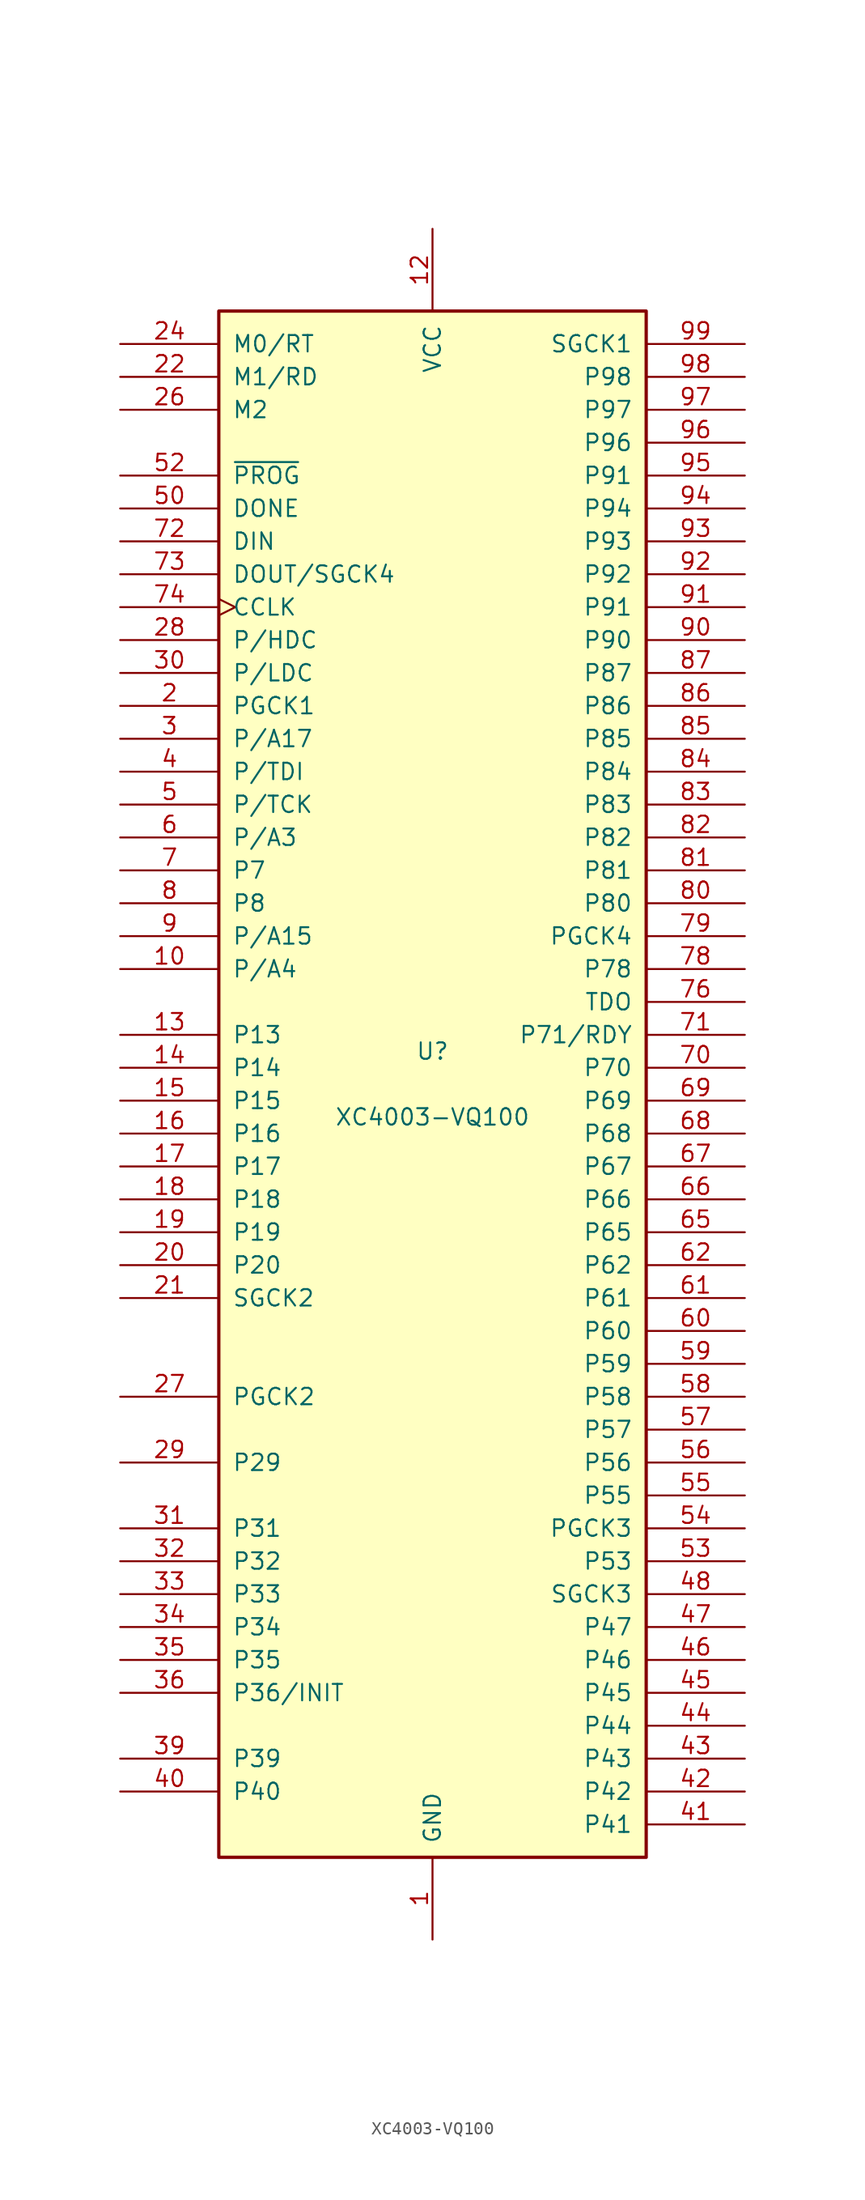
<source format=kicad_sym>
(kicad_symbol_lib
  (version 20231120)
  (generator "kicad_symbol_editor")
  (generator_version "8.0")
  (symbol "XC4003-VQ100"
    (pin_names
      (offset 1.016))
    (property "Reference" "U"
      (at 0 2.54 0)
      (effects (font (size 1.27 1.27))))
    (property "Value" "XC4003-VQ100"
      (at 0 -2.54 0)
      (effects (font (size 1.27 1.27))))
    (symbol "XC4003-VQ100_0_1"
      (rectangle (start -16.51 -59.69) (end 16.51 59.69) (stroke (width 0.254) (type default)) (fill (type background))))
    (symbol "XC4003-VQ100_1_1"
      (pin power_in line (at 0 -66.04 90) (length 6.35) (name "GND" (effects (font (size 1.27 1.27)))) (number "1" (effects (font (size 1.27 1.27)))))
      (pin passive line (at -24.13 8.89 0) (length 7.62) (name "P/A4" (effects (font (size 1.27 1.27)))) (number "10" (effects (font (size 1.27 1.27)))))
      (pin passive line (at 0 66.04 270) (length 6.35) hide (name "VCC" (effects (font (size 1.27 1.27)))) (number "100" (effects (font (size 1.27 1.27)))))
      (pin passive line (at 0 -66.04 90) (length 6.35) hide (name "GND" (effects (font (size 1.27 1.27)))) (number "11" (effects (font (size 1.27 1.27)))))
      (pin power_in line (at 0 66.04 270) (length 6.35) (name "VCC" (effects (font (size 1.27 1.27)))) (number "12" (effects (font (size 1.27 1.27)))))
      (pin bidirectional line (at -24.13 3.81 0) (length 7.62) (name "P13" (effects (font (size 1.27 1.27)))) (number "13" (effects (font (size 1.27 1.27)))))
      (pin passive line (at -24.13 1.27 0) (length 7.62) (name "P14" (effects (font (size 1.27 1.27)))) (number "14" (effects (font (size 1.27 1.27)))))
      (pin passive line (at -24.13 -1.27 0) (length 7.62) (name "P15" (effects (font (size 1.27 1.27)))) (number "15" (effects (font (size 1.27 1.27)))))
      (pin passive line (at -24.13 -3.81 0) (length 7.62) (name "P16" (effects (font (size 1.27 1.27)))) (number "16" (effects (font (size 1.27 1.27)))))
      (pin passive line (at -24.13 -6.35 0) (length 7.62) (name "P17" (effects (font (size 1.27 1.27)))) (number "17" (effects (font (size 1.27 1.27)))))
      (pin passive line (at -24.13 -8.89 0) (length 7.62) (name "P18" (effects (font (size 1.27 1.27)))) (number "18" (effects (font (size 1.27 1.27)))))
      (pin passive line (at -24.13 -11.43 0) (length 7.62) (name "P19" (effects (font (size 1.27 1.27)))) (number "19" (effects (font (size 1.27 1.27)))))
      (pin passive line (at -24.13 29.21 0) (length 7.62) (name "PGCK1" (effects (font (size 1.27 1.27)))) (number "2" (effects (font (size 1.27 1.27)))))
      (pin passive line (at -24.13 -13.97 0) (length 7.62) (name "P20" (effects (font (size 1.27 1.27)))) (number "20" (effects (font (size 1.27 1.27)))))
      (pin passive line (at -24.13 -16.51 0) (length 7.62) (name "SGCK2" (effects (font (size 1.27 1.27)))) (number "21" (effects (font (size 1.27 1.27)))))
      (pin input line (at -24.13 54.61 0) (length 7.62) (name "M1/RD" (effects (font (size 1.27 1.27)))) (number "22" (effects (font (size 1.27 1.27)))))
      (pin passive line (at 0 -66.04 90) (length 6.35) hide (name "GND" (effects (font (size 1.27 1.27)))) (number "23" (effects (font (size 1.27 1.27)))))
      (pin input line (at -24.13 57.15 0) (length 7.62) (name "M0/RT" (effects (font (size 1.27 1.27)))) (number "24" (effects (font (size 1.27 1.27)))))
      (pin passive line (at 0 66.04 270) (length 6.35) hide (name "VCC" (effects (font (size 1.27 1.27)))) (number "25" (effects (font (size 1.27 1.27)))))
      (pin passive line (at -24.13 52.07 0) (length 7.62) (name "M2" (effects (font (size 1.27 1.27)))) (number "26" (effects (font (size 1.27 1.27)))))
      (pin passive line (at -24.13 -24.13 0) (length 7.62) (name "PGCK2" (effects (font (size 1.27 1.27)))) (number "27" (effects (font (size 1.27 1.27)))))
      (pin passive line (at -24.13 34.29 0) (length 7.62) (name "P/HDC" (effects (font (size 1.27 1.27)))) (number "28" (effects (font (size 1.27 1.27)))))
      (pin passive line (at -24.13 -29.21 0) (length 7.62) (name "P29" (effects (font (size 1.27 1.27)))) (number "29" (effects (font (size 1.27 1.27)))))
      (pin passive line (at -24.13 26.67 0) (length 7.62) (name "P/A17" (effects (font (size 1.27 1.27)))) (number "3" (effects (font (size 1.27 1.27)))))
      (pin passive line (at -24.13 31.75 0) (length 7.62) (name "P/LDC" (effects (font (size 1.27 1.27)))) (number "30" (effects (font (size 1.27 1.27)))))
      (pin passive line (at -24.13 -34.29 0) (length 7.62) (name "P31" (effects (font (size 1.27 1.27)))) (number "31" (effects (font (size 1.27 1.27)))))
      (pin passive line (at -24.13 -36.83 0) (length 7.62) (name "P32" (effects (font (size 1.27 1.27)))) (number "32" (effects (font (size 1.27 1.27)))))
      (pin passive line (at -24.13 -39.37 0) (length 7.62) (name "P33" (effects (font (size 1.27 1.27)))) (number "33" (effects (font (size 1.27 1.27)))))
      (pin passive line (at -24.13 -41.91 0) (length 7.62) (name "P34" (effects (font (size 1.27 1.27)))) (number "34" (effects (font (size 1.27 1.27)))))
      (pin passive line (at -24.13 -44.45 0) (length 7.62) (name "P35" (effects (font (size 1.27 1.27)))) (number "35" (effects (font (size 1.27 1.27)))))
      (pin passive line (at -24.13 -46.99 0) (length 7.62) (name "P36/INIT" (effects (font (size 1.27 1.27)))) (number "36" (effects (font (size 1.27 1.27)))))
      (pin passive line (at 0 66.04 270) (length 6.35) hide (name "VCC" (effects (font (size 1.27 1.27)))) (number "37" (effects (font (size 1.27 1.27)))))
      (pin passive line (at 0 -66.04 90) (length 6.35) hide (name "GND" (effects (font (size 1.27 1.27)))) (number "38" (effects (font (size 1.27 1.27)))))
      (pin passive line (at -24.13 -52.07 0) (length 7.62) (name "P39" (effects (font (size 1.27 1.27)))) (number "39" (effects (font (size 1.27 1.27)))))
      (pin passive line (at -24.13 24.13 0) (length 7.62) (name "P/TDI" (effects (font (size 1.27 1.27)))) (number "4" (effects (font (size 1.27 1.27)))))
      (pin passive line (at -24.13 -54.61 0) (length 7.62) (name "P40" (effects (font (size 1.27 1.27)))) (number "40" (effects (font (size 1.27 1.27)))))
      (pin passive line (at 24.13 -57.15 180) (length 7.62) (name "P41" (effects (font (size 1.27 1.27)))) (number "41" (effects (font (size 1.27 1.27)))))
      (pin passive line (at 24.13 -54.61 180) (length 7.62) (name "P42" (effects (font (size 1.27 1.27)))) (number "42" (effects (font (size 1.27 1.27)))))
      (pin passive line (at 24.13 -52.07 180) (length 7.62) (name "P43" (effects (font (size 1.27 1.27)))) (number "43" (effects (font (size 1.27 1.27)))))
      (pin passive line (at 24.13 -49.53 180) (length 7.62) (name "P44" (effects (font (size 1.27 1.27)))) (number "44" (effects (font (size 1.27 1.27)))))
      (pin passive line (at 24.13 -46.99 180) (length 7.62) (name "P45" (effects (font (size 1.27 1.27)))) (number "45" (effects (font (size 1.27 1.27)))))
      (pin passive line (at 24.13 -44.45 180) (length 7.62) (name "P46" (effects (font (size 1.27 1.27)))) (number "46" (effects (font (size 1.27 1.27)))))
      (pin passive line (at 24.13 -41.91 180) (length 7.62) (name "P47" (effects (font (size 1.27 1.27)))) (number "47" (effects (font (size 1.27 1.27)))))
      (pin passive line (at 24.13 -39.37 180) (length 7.62) (name "SGCK3" (effects (font (size 1.27 1.27)))) (number "48" (effects (font (size 1.27 1.27)))))
      (pin passive line (at 0 -66.04 90) (length 6.35) hide (name "GND" (effects (font (size 1.27 1.27)))) (number "49" (effects (font (size 1.27 1.27)))))
      (pin passive line (at -24.13 21.59 0) (length 7.62) (name "P/TCK" (effects (font (size 1.27 1.27)))) (number "5" (effects (font (size 1.27 1.27)))))
      (pin open_collector line (at -24.13 44.45 0) (length 7.62) (name "DONE" (effects (font (size 1.27 1.27)))) (number "50" (effects (font (size 1.27 1.27)))))
      (pin passive line (at 0 66.04 270) (length 6.35) hide (name "VCC" (effects (font (size 1.27 1.27)))) (number "51" (effects (font (size 1.27 1.27)))))
      (pin input line (at -24.13 46.99 0) (length 7.62) (name "~{PROG}" (effects (font (size 1.27 1.27)))) (number "52" (effects (font (size 1.27 1.27)))))
      (pin bidirectional line (at 24.13 -36.83 180) (length 7.62) (name "P53" (effects (font (size 1.27 1.27)))) (number "53" (effects (font (size 1.27 1.27)))))
      (pin bidirectional line (at 24.13 -34.29 180) (length 7.62) (name "PGCK3" (effects (font (size 1.27 1.27)))) (number "54" (effects (font (size 1.27 1.27)))))
      (pin passive line (at 24.13 -31.75 180) (length 7.62) (name "P55" (effects (font (size 1.27 1.27)))) (number "55" (effects (font (size 1.27 1.27)))))
      (pin bidirectional line (at 24.13 -29.21 180) (length 7.62) (name "P56" (effects (font (size 1.27 1.27)))) (number "56" (effects (font (size 1.27 1.27)))))
      (pin passive line (at 24.13 -26.67 180) (length 7.62) (name "P57" (effects (font (size 1.27 1.27)))) (number "57" (effects (font (size 1.27 1.27)))))
      (pin passive line (at 24.13 -24.13 180) (length 7.62) (name "P58" (effects (font (size 1.27 1.27)))) (number "58" (effects (font (size 1.27 1.27)))))
      (pin passive line (at 24.13 -21.59 180) (length 7.62) (name "P59" (effects (font (size 1.27 1.27)))) (number "59" (effects (font (size 1.27 1.27)))))
      (pin passive line (at -24.13 19.05 0) (length 7.62) (name "P/A3" (effects (font (size 1.27 1.27)))) (number "6" (effects (font (size 1.27 1.27)))))
      (pin passive line (at 24.13 -19.05 180) (length 7.62) (name "P60" (effects (font (size 1.27 1.27)))) (number "60" (effects (font (size 1.27 1.27)))))
      (pin passive line (at 24.13 -16.51 180) (length 7.62) (name "P61" (effects (font (size 1.27 1.27)))) (number "61" (effects (font (size 1.27 1.27)))))
      (pin passive line (at 24.13 -13.97 180) (length 7.62) (name "P62" (effects (font (size 1.27 1.27)))) (number "62" (effects (font (size 1.27 1.27)))))
      (pin passive line (at 0 66.04 270) (length 6.35) hide (name "VCC" (effects (font (size 1.27 1.27)))) (number "63" (effects (font (size 1.27 1.27)))))
      (pin passive line (at 0 -66.04 90) (length 6.35) hide (name "GND" (effects (font (size 1.27 1.27)))) (number "64" (effects (font (size 1.27 1.27)))))
      (pin passive line (at 24.13 -11.43 180) (length 7.62) (name "P65" (effects (font (size 1.27 1.27)))) (number "65" (effects (font (size 1.27 1.27)))))
      (pin passive line (at 24.13 -8.89 180) (length 7.62) (name "P66" (effects (font (size 1.27 1.27)))) (number "66" (effects (font (size 1.27 1.27)))))
      (pin passive line (at 24.13 -6.35 180) (length 7.62) (name "P67" (effects (font (size 1.27 1.27)))) (number "67" (effects (font (size 1.27 1.27)))))
      (pin passive line (at 24.13 -3.81 180) (length 7.62) (name "P68" (effects (font (size 1.27 1.27)))) (number "68" (effects (font (size 1.27 1.27)))))
      (pin passive line (at 24.13 -1.27 180) (length 7.62) (name "P69" (effects (font (size 1.27 1.27)))) (number "69" (effects (font (size 1.27 1.27)))))
      (pin passive line (at -24.13 16.51 0) (length 7.62) (name "P7" (effects (font (size 1.27 1.27)))) (number "7" (effects (font (size 1.27 1.27)))))
      (pin passive line (at 24.13 1.27 180) (length 7.62) (name "P70" (effects (font (size 1.27 1.27)))) (number "70" (effects (font (size 1.27 1.27)))))
      (pin passive line (at 24.13 3.81 180) (length 7.62) (name "P71/RDY" (effects (font (size 1.27 1.27)))) (number "71" (effects (font (size 1.27 1.27)))))
      (pin passive line (at -24.13 41.91 0) (length 7.62) (name "DIN" (effects (font (size 1.27 1.27)))) (number "72" (effects (font (size 1.27 1.27)))))
      (pin passive line (at -24.13 39.37 0) (length 7.62) (name "DOUT/SGCK4" (effects (font (size 1.27 1.27)))) (number "73" (effects (font (size 1.27 1.27)))))
      (pin input clock (at -24.13 36.83 0) (length 7.62) (name "CCLK" (effects (font (size 1.27 1.27)))) (number "74" (effects (font (size 1.27 1.27)))))
      (pin passive line (at 0 66.04 270) (length 6.35) hide (name "VCC" (effects (font (size 1.27 1.27)))) (number "75" (effects (font (size 1.27 1.27)))))
      (pin output line (at 24.13 6.35 180) (length 7.62) (name "TDO" (effects (font (size 1.27 1.27)))) (number "76" (effects (font (size 1.27 1.27)))))
      (pin passive line (at 0 -66.04 90) (length 6.35) hide (name "GND" (effects (font (size 1.27 1.27)))) (number "77" (effects (font (size 1.27 1.27)))))
      (pin passive line (at 24.13 8.89 180) (length 7.62) (name "P78" (effects (font (size 1.27 1.27)))) (number "78" (effects (font (size 1.27 1.27)))))
      (pin passive line (at 24.13 11.43 180) (length 7.62) (name "PGCK4" (effects (font (size 1.27 1.27)))) (number "79" (effects (font (size 1.27 1.27)))))
      (pin passive line (at -24.13 13.97 0) (length 7.62) (name "P8" (effects (font (size 1.27 1.27)))) (number "8" (effects (font (size 1.27 1.27)))))
      (pin passive line (at 24.13 13.97 180) (length 7.62) (name "P80" (effects (font (size 1.27 1.27)))) (number "80" (effects (font (size 1.27 1.27)))))
      (pin passive line (at 24.13 16.51 180) (length 7.62) (name "P81" (effects (font (size 1.27 1.27)))) (number "81" (effects (font (size 1.27 1.27)))))
      (pin passive line (at 24.13 19.05 180) (length 7.62) (name "P82" (effects (font (size 1.27 1.27)))) (number "82" (effects (font (size 1.27 1.27)))))
      (pin passive line (at 24.13 21.59 180) (length 7.62) (name "P83" (effects (font (size 1.27 1.27)))) (number "83" (effects (font (size 1.27 1.27)))))
      (pin passive line (at 24.13 24.13 180) (length 7.62) (name "P84" (effects (font (size 1.27 1.27)))) (number "84" (effects (font (size 1.27 1.27)))))
      (pin passive line (at 24.13 26.67 180) (length 7.62) (name "P85" (effects (font (size 1.27 1.27)))) (number "85" (effects (font (size 1.27 1.27)))))
      (pin passive line (at 24.13 29.21 180) (length 7.62) (name "P86" (effects (font (size 1.27 1.27)))) (number "86" (effects (font (size 1.27 1.27)))))
      (pin passive line (at 24.13 31.75 180) (length 7.62) (name "P87" (effects (font (size 1.27 1.27)))) (number "87" (effects (font (size 1.27 1.27)))))
      (pin passive line (at 0 -66.04 90) (length 6.35) hide (name "GND" (effects (font (size 1.27 1.27)))) (number "88" (effects (font (size 1.27 1.27)))))
      (pin passive line (at 0 66.04 270) (length 6.35) hide (name "VCC" (effects (font (size 1.27 1.27)))) (number "89" (effects (font (size 1.27 1.27)))))
      (pin passive line (at -24.13 11.43 0) (length 7.62) (name "P/A15" (effects (font (size 1.27 1.27)))) (number "9" (effects (font (size 1.27 1.27)))))
      (pin bidirectional line (at 24.13 34.29 180) (length 7.62) (name "P90" (effects (font (size 1.27 1.27)))) (number "90" (effects (font (size 1.27 1.27)))))
      (pin passive line (at 24.13 36.83 180) (length 7.62) (name "P91" (effects (font (size 1.27 1.27)))) (number "91" (effects (font (size 1.27 1.27)))))
      (pin passive line (at 24.13 39.37 180) (length 7.62) (name "P92" (effects (font (size 1.27 1.27)))) (number "92" (effects (font (size 1.27 1.27)))))
      (pin passive line (at 24.13 41.91 180) (length 7.62) (name "P93" (effects (font (size 1.27 1.27)))) (number "93" (effects (font (size 1.27 1.27)))))
      (pin passive line (at 24.13 44.45 180) (length 7.62) (name "P94" (effects (font (size 1.27 1.27)))) (number "94" (effects (font (size 1.27 1.27)))))
      (pin passive line (at 24.13 46.99 180) (length 7.62) (name "P91" (effects (font (size 1.27 1.27)))) (number "95" (effects (font (size 1.27 1.27)))))
      (pin passive line (at 24.13 49.53 180) (length 7.62) (name "P96" (effects (font (size 1.27 1.27)))) (number "96" (effects (font (size 1.27 1.27)))))
      (pin passive line (at 24.13 52.07 180) (length 7.62) (name "P97" (effects (font (size 1.27 1.27)))) (number "97" (effects (font (size 1.27 1.27)))))
      (pin bidirectional line (at 24.13 54.61 180) (length 7.62) (name "P98" (effects (font (size 1.27 1.27)))) (number "98" (effects (font (size 1.27 1.27)))))
      (pin bidirectional line (at 24.13 57.15 180) (length 7.62) (name "SGCK1" (effects (font (size 1.27 1.27)))) (number "99" (effects (font (size 1.27 1.27))))))))
</source>
